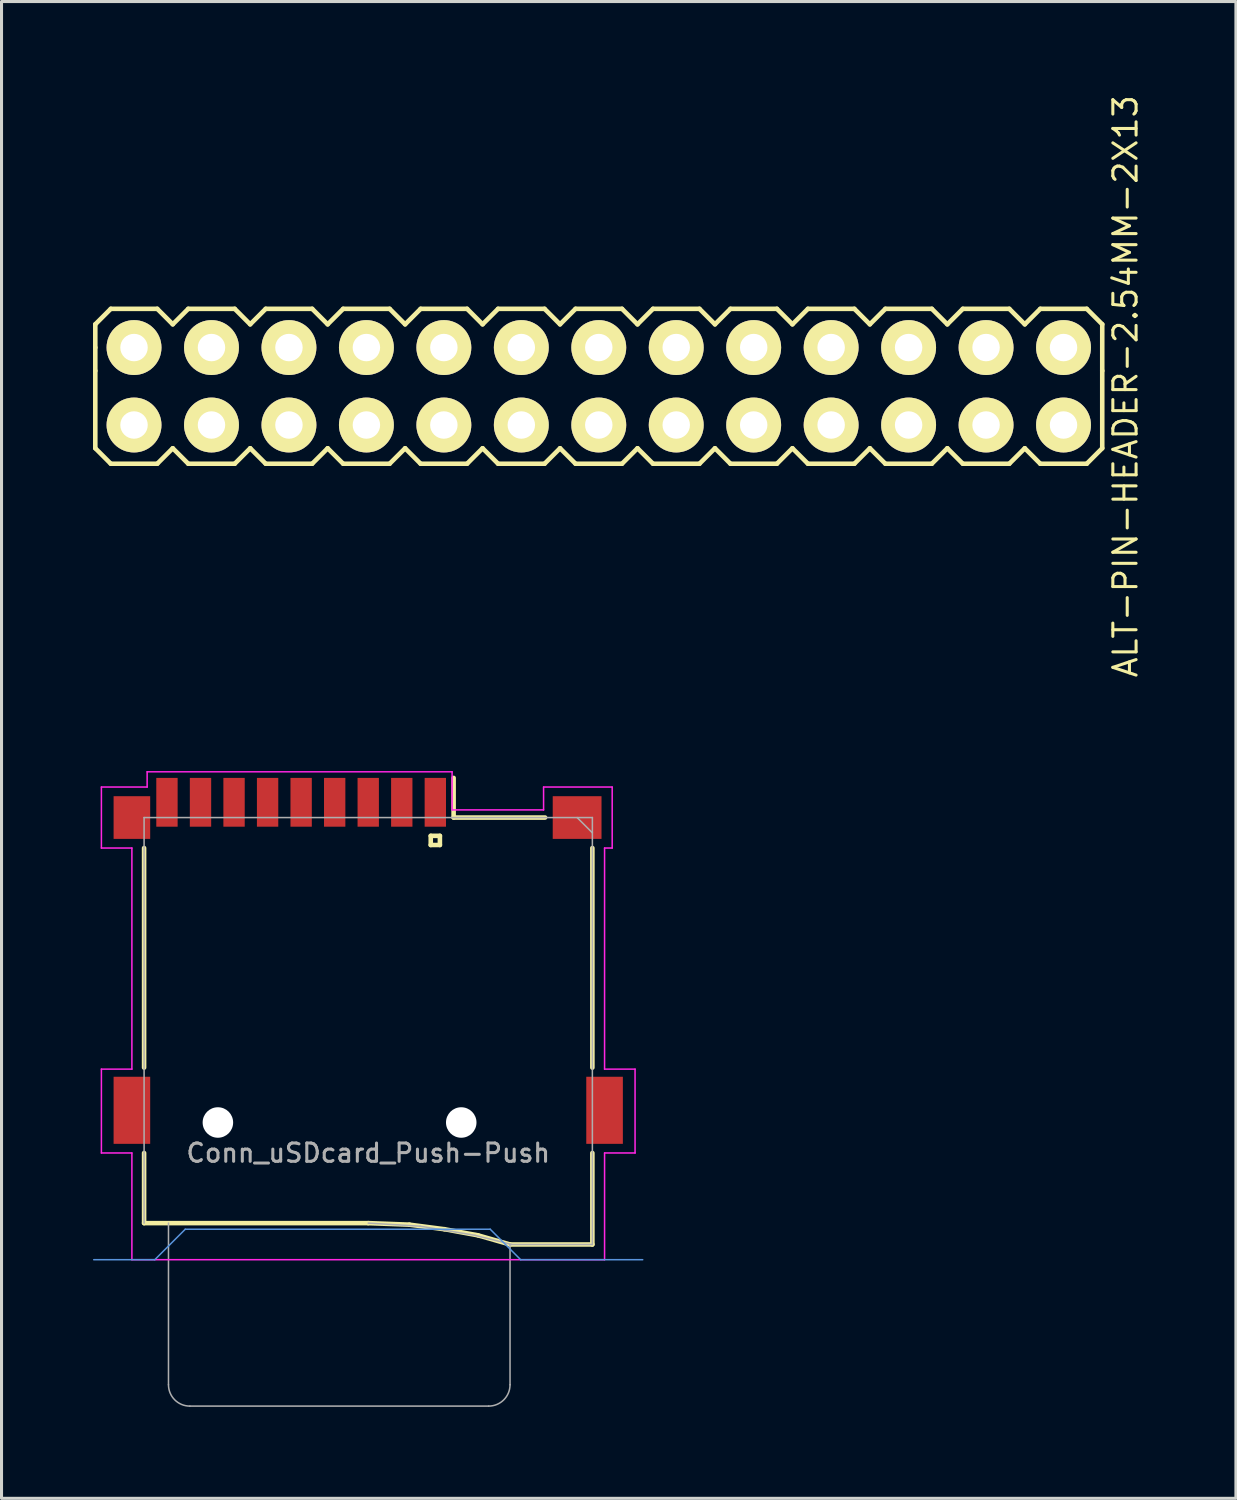
<source format=kicad_pcb>
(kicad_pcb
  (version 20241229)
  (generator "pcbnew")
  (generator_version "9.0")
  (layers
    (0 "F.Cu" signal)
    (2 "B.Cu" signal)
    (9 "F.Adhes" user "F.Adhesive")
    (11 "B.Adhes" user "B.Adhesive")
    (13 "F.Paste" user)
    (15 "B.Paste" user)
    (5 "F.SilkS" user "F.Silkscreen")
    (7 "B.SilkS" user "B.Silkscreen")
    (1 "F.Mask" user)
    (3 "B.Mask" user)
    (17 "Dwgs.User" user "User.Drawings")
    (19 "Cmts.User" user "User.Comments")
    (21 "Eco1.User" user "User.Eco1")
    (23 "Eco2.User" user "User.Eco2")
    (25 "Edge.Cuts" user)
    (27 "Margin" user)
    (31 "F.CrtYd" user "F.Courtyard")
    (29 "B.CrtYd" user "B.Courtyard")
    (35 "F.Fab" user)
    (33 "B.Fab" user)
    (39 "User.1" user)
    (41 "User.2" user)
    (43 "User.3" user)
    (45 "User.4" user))
  (footprint "ALT-PIN-HEADER-2.54MM-2X13"
    (layer "F.Cu")
    (at 16.585 9.617)
    (property "Reference" "ALT-PIN-HEADER-2.54MM-2X13" (at 17.272 0 90) (layer "F.SilkS") (effects (font (size 0.762 0.762) (thickness 0.1))))
    (attr through_hole)
    (fp_line (start -16.51 -2.032) (end -16.002 -2.54) (stroke (width 0.15) (type solid)) (layer "F.SilkS"))
    (fp_line (start -16.51 -1.27) (end -16.51 -2.032) (stroke (width 0.15) (type solid)) (layer "F.SilkS"))
    (fp_line (start -16.51 -0.508) (end -16.51 -1.27) (stroke (width 0.15) (type solid)) (layer "F.SilkS"))
    (fp_line (start -16.51 -0.508) (end -16.51 2.032) (stroke (width 0.15) (type solid)) (layer "F.SilkS"))
    (fp_line (start -16.002 -2.54) (end -14.478 -2.54) (stroke (width 0.15) (type solid)) (layer "F.SilkS"))
    (fp_line (start -16.002 2.54) (end -16.51 2.032) (stroke (width 0.15) (type solid)) (layer "F.SilkS"))
    (fp_line (start -14.478 -2.54) (end -13.97 -2.032) (stroke (width 0.15) (type solid)) (layer "F.SilkS"))
    (fp_line (start -14.478 2.54) (end -16.002 2.54) (stroke (width 0.15) (type solid)) (layer "F.SilkS"))
    (fp_line (start -13.97 -2.032) (end -13.462 -2.54) (stroke (width 0.15) (type solid)) (layer "F.SilkS"))
    (fp_line (start -13.97 2.032) (end -14.478 2.54) (stroke (width 0.15) (type solid)) (layer "F.SilkS"))
    (fp_line (start -13.462 -2.54) (end -11.938 -2.54) (stroke (width 0.15) (type solid)) (layer "F.SilkS"))
    (fp_line (start -13.462 2.54) (end -13.97 2.032) (stroke (width 0.15) (type solid)) (layer "F.SilkS"))
    (fp_line (start -11.938 -2.54) (end -11.43 -2.032) (stroke (width 0.15) (type solid)) (layer "F.SilkS"))
    (fp_line (start -11.938 2.54) (end -13.462 2.54) (stroke (width 0.15) (type solid)) (layer "F.SilkS"))
    (fp_line (start -11.43 -2.032) (end -10.922 -2.54) (stroke (width 0.15) (type solid)) (layer "F.SilkS"))
    (fp_line (start -11.43 2.032) (end -11.938 2.54) (stroke (width 0.15) (type solid)) (layer "F.SilkS"))
    (fp_line (start -10.922 -2.54) (end -9.398 -2.54) (stroke (width 0.15) (type solid)) (layer "F.SilkS"))
    (fp_line (start -10.922 2.54) (end -11.43 2.032) (stroke (width 0.15) (type solid)) (layer "F.SilkS"))
    (fp_line (start -9.398 -2.54) (end -8.89 -2.032) (stroke (width 0.15) (type solid)) (layer "F.SilkS"))
    (fp_line (start -9.398 2.54) (end -10.922 2.54) (stroke (width 0.15) (type solid)) (layer "F.SilkS"))
    (fp_line (start -8.89 -2.032) (end -8.382 -2.54) (stroke (width 0.15) (type solid)) (layer "F.SilkS"))
    (fp_line (start -8.89 2.032) (end -9.398 2.54) (stroke (width 0.15) (type solid)) (layer "F.SilkS"))
    (fp_line (start -8.382 -2.54) (end -6.858 -2.54) (stroke (width 0.15) (type solid)) (layer "F.SilkS"))
    (fp_line (start -8.382 2.54) (end -8.89 2.032) (stroke (width 0.15) (type solid)) (layer "F.SilkS"))
    (fp_line (start -6.858 -2.54) (end -6.35 -2.032) (stroke (width 0.15) (type solid)) (layer "F.SilkS"))
    (fp_line (start -6.858 2.54) (end -8.382 2.54) (stroke (width 0.15) (type solid)) (layer "F.SilkS"))
    (fp_line (start -6.35 -2.032) (end -5.842 -2.54) (stroke (width 0.15) (type solid)) (layer "F.SilkS"))
    (fp_line (start -6.35 2.032) (end -6.858 2.54) (stroke (width 0.15) (type solid)) (layer "F.SilkS"))
    (fp_line (start -5.842 -2.54) (end -4.318 -2.54) (stroke (width 0.15) (type solid)) (layer "F.SilkS"))
    (fp_line (start -5.842 2.54) (end -6.35 2.032) (stroke (width 0.15) (type solid)) (layer "F.SilkS"))
    (fp_line (start -4.318 -2.54) (end -3.81 -2.032) (stroke (width 0.15) (type solid)) (layer "F.SilkS"))
    (fp_line (start -4.318 2.54) (end -5.842 2.54) (stroke (width 0.15) (type solid)) (layer "F.SilkS"))
    (fp_line (start -3.81 -2.032) (end -3.302 -2.54) (stroke (width 0.15) (type solid)) (layer "F.SilkS"))
    (fp_line (start -3.81 2.032) (end -4.318 2.54) (stroke (width 0.15) (type solid)) (layer "F.SilkS"))
    (fp_line (start -3.302 -2.54) (end -1.778 -2.54) (stroke (width 0.15) (type solid)) (layer "F.SilkS"))
    (fp_line (start -3.302 2.54) (end -3.81 2.032) (stroke (width 0.15) (type solid)) (layer "F.SilkS"))
    (fp_line (start -1.778 -2.54) (end -1.27 -2.032) (stroke (width 0.15) (type solid)) (layer "F.SilkS"))
    (fp_line (start -1.778 2.54) (end -3.302 2.54) (stroke (width 0.15) (type solid)) (layer "F.SilkS"))
    (fp_line (start -1.27 -2.032) (end -0.762 -2.54) (stroke (width 0.15) (type solid)) (layer "F.SilkS"))
    (fp_line (start -1.27 2.032) (end -1.778 2.54) (stroke (width 0.15) (type solid)) (layer "F.SilkS"))
    (fp_line (start -0.762 -2.54) (end 0.762 -2.54) (stroke (width 0.15) (type solid)) (layer "F.SilkS"))
    (fp_line (start -0.762 2.54) (end -1.27 2.032) (stroke (width 0.15) (type solid)) (layer "F.SilkS"))
    (fp_line (start 0.762 -2.54) (end 1.27 -2.032) (stroke (width 0.15) (type solid)) (layer "F.SilkS"))
    (fp_line (start 0.762 2.54) (end -0.762 2.54) (stroke (width 0.15) (type solid)) (layer "F.SilkS"))
    (fp_line (start 1.27 -2.032) (end 1.778 -2.54) (stroke (width 0.15) (type solid)) (layer "F.SilkS"))
    (fp_line (start 1.27 2.032) (end 0.762 2.54) (stroke (width 0.15) (type solid)) (layer "F.SilkS"))
    (fp_line (start 1.778 -2.54) (end 3.302 -2.54) (stroke (width 0.15) (type solid)) (layer "F.SilkS"))
    (fp_line (start 1.778 2.54) (end 1.27 2.032) (stroke (width 0.15) (type solid)) (layer "F.SilkS"))
    (fp_line (start 3.302 -2.54) (end 3.81 -2.032) (stroke (width 0.15) (type solid)) (layer "F.SilkS"))
    (fp_line (start 3.302 2.54) (end 1.778 2.54) (stroke (width 0.15) (type solid)) (layer "F.SilkS"))
    (fp_line (start 3.81 -2.032) (end 4.318 -2.54) (stroke (width 0.15) (type solid)) (layer "F.SilkS"))
    (fp_line (start 3.81 2.032) (end 3.302 2.54) (stroke (width 0.15) (type solid)) (layer "F.SilkS"))
    (fp_line (start 4.318 -2.54) (end 5.842 -2.54) (stroke (width 0.15) (type solid)) (layer "F.SilkS"))
    (fp_line (start 4.318 2.54) (end 3.81 2.032) (stroke (width 0.15) (type solid)) (layer "F.SilkS"))
    (fp_line (start 5.842 -2.54) (end 6.35 -2.032) (stroke (width 0.15) (type solid)) (layer "F.SilkS"))
    (fp_line (start 5.842 2.54) (end 4.318 2.54) (stroke (width 0.15) (type solid)) (layer "F.SilkS"))
    (fp_line (start 6.35 -2.032) (end 6.858 -2.54) (stroke (width 0.15) (type solid)) (layer "F.SilkS"))
    (fp_line (start 6.35 2.032) (end 5.842 2.54) (stroke (width 0.15) (type solid)) (layer "F.SilkS"))
    (fp_line (start 6.858 -2.54) (end 8.382 -2.54) (stroke (width 0.15) (type solid)) (layer "F.SilkS"))
    (fp_line (start 6.858 2.54) (end 6.35 2.032) (stroke (width 0.15) (type solid)) (layer "F.SilkS"))
    (fp_line (start 8.382 -2.54) (end 8.89 -2.032) (stroke (width 0.15) (type solid)) (layer "F.SilkS"))
    (fp_line (start 8.382 2.54) (end 6.858 2.54) (stroke (width 0.15) (type solid)) (layer "F.SilkS"))
    (fp_line (start 8.89 -2.032) (end 9.398 -2.54) (stroke (width 0.15) (type solid)) (layer "F.SilkS"))
    (fp_line (start 8.89 2.032) (end 8.382 2.54) (stroke (width 0.15) (type solid)) (layer "F.SilkS"))
    (fp_line (start 9.398 -2.54) (end 10.922 -2.54) (stroke (width 0.15) (type solid)) (layer "F.SilkS"))
    (fp_line (start 9.398 2.54) (end 8.89 2.032) (stroke (width 0.15) (type solid)) (layer "F.SilkS"))
    (fp_line (start 10.922 -2.54) (end 11.43 -2.032) (stroke (width 0.15) (type solid)) (layer "F.SilkS"))
    (fp_line (start 10.922 2.54) (end 9.398 2.54) (stroke (width 0.15) (type solid)) (layer "F.SilkS"))
    (fp_line (start 11.43 -2.032) (end 11.938 -2.54) (stroke (width 0.15) (type solid)) (layer "F.SilkS"))
    (fp_line (start 11.43 2.032) (end 10.922 2.54) (stroke (width 0.15) (type solid)) (layer "F.SilkS"))
    (fp_line (start 11.938 -2.54) (end 13.462 -2.54) (stroke (width 0.15) (type solid)) (layer "F.SilkS"))
    (fp_line (start 11.938 2.54) (end 11.43 2.032) (stroke (width 0.15) (type solid)) (layer "F.SilkS"))
    (fp_line (start 13.462 -2.54) (end 13.97 -2.032) (stroke (width 0.15) (type solid)) (layer "F.SilkS"))
    (fp_line (start 13.462 2.54) (end 11.938 2.54) (stroke (width 0.15) (type solid)) (layer "F.SilkS"))
    (fp_line (start 13.97 -2.032) (end 14.478 -2.54) (stroke (width 0.15) (type solid)) (layer "F.SilkS"))
    (fp_line (start 13.97 2.032) (end 13.462 2.54) (stroke (width 0.15) (type solid)) (layer "F.SilkS"))
    (fp_line (start 14.478 -2.54) (end 16.002 -2.54) (stroke (width 0.15) (type solid)) (layer "F.SilkS"))
    (fp_line (start 14.478 2.54) (end 13.97 2.032) (stroke (width 0.15) (type solid)) (layer "F.SilkS"))
    (fp_line (start 16.002 -2.54) (end 16.51 -2.032) (stroke (width 0.15) (type solid)) (layer "F.SilkS"))
    (fp_line (start 16.002 2.54) (end 14.478 2.54) (stroke (width 0.15) (type solid)) (layer "F.SilkS"))
    (fp_line (start 16.51 -2.032) (end 16.51 -0.508) (stroke (width 0.15) (type solid)) (layer "F.SilkS"))
    (fp_line (start 16.51 -0.508) (end 16.51 2.032) (stroke (width 0.15) (type solid)) (layer "F.SilkS"))
    (fp_line (start 16.51 2.032) (end 16.002 2.54) (stroke (width 0.15) (type solid)) (layer "F.SilkS"))
    (pad "1" thru_hole circle (at -15.24 1.27) (size 1.8 1.8) (drill 0.9) (layers "*.Cu" "*.Mask" "F.SilkS"))
    (pad "2" thru_hole circle (at -15.24 -1.27) (size 1.8 1.8) (drill 0.9) (layers "*.Cu" "*.Mask" "F.SilkS"))
    (pad "3" thru_hole circle (at -12.7 1.27) (size 1.8 1.8) (drill 0.9) (layers "*.Cu" "*.Mask" "F.SilkS"))
    (pad "4" thru_hole circle (at -12.7 -1.27) (size 1.8 1.8) (drill 0.9) (layers "*.Cu" "*.Mask" "F.SilkS"))
    (pad "5" thru_hole circle (at -10.16 1.27) (size 1.8 1.8) (drill 0.9) (layers "*.Cu" "*.Mask" "F.SilkS"))
    (pad "6" thru_hole circle (at -10.16 -1.27) (size 1.8 1.8) (drill 0.9) (layers "*.Cu" "*.Mask" "F.SilkS"))
    (pad "7" thru_hole circle (at -7.62 1.27) (size 1.8 1.8) (drill 0.9) (layers "*.Cu" "*.Mask" "F.SilkS"))
    (pad "8" thru_hole circle (at -7.62 -1.27) (size 1.8 1.8) (drill 0.9) (layers "*.Cu" "*.Mask" "F.SilkS"))
    (pad "9" thru_hole circle (at -5.08 1.27) (size 1.8 1.8) (drill 0.9) (layers "*.Cu" "*.Mask" "F.SilkS"))
    (pad "10" thru_hole circle (at -5.08 -1.27) (size 1.8 1.8) (drill 0.9) (layers "*.Cu" "*.Mask" "F.SilkS"))
    (pad "11" thru_hole circle (at -2.54 1.27) (size 1.8 1.8) (drill 0.9) (layers "*.Cu" "*.Mask" "F.SilkS"))
    (pad "12" thru_hole circle (at -2.54 -1.27) (size 1.8 1.8) (drill 0.9) (layers "*.Cu" "*.Mask" "F.SilkS"))
    (pad "13" thru_hole circle (at 0 1.27) (size 1.8 1.8) (drill 0.9) (layers "*.Cu" "*.Mask" "F.SilkS"))
    (pad "14" thru_hole circle (at 0 -1.27) (size 1.8 1.8) (drill 0.9) (layers "*.Cu" "*.Mask" "F.SilkS"))
    (pad "15" thru_hole circle (at 2.54 1.27) (size 1.8 1.8) (drill 0.9) (layers "*.Cu" "*.Mask" "F.SilkS"))
    (pad "16" thru_hole circle (at 2.54 -1.27) (size 1.8 1.8) (drill 0.9) (layers "*.Cu" "*.Mask" "F.SilkS"))
    (pad "17" thru_hole circle (at 5.08 1.27) (size 1.8 1.8) (drill 0.9) (layers "*.Cu" "*.Mask" "F.SilkS"))
    (pad "18" thru_hole circle (at 5.08 -1.27) (size 1.8 1.8) (drill 0.9) (layers "*.Cu" "*.Mask" "F.SilkS"))
    (pad "19" thru_hole circle (at 7.62 1.27) (size 1.8 1.8) (drill 0.9) (layers "*.Cu" "*.Mask" "F.SilkS"))
    (pad "20" thru_hole circle (at 7.62 -1.27) (size 1.8 1.8) (drill 0.9) (layers "*.Cu" "*.Mask" "F.SilkS"))
    (pad "21" thru_hole circle (at 10.16 1.27) (size 1.8 1.8) (drill 0.9) (layers "*.Cu" "*.Mask" "F.SilkS"))
    (pad "22" thru_hole circle (at 10.16 -1.27) (size 1.8 1.8) (drill 0.9) (layers "*.Cu" "*.Mask" "F.SilkS"))
    (pad "23" thru_hole circle (at 12.7 1.27) (size 1.8 1.8) (drill 0.9) (layers "*.Cu" "*.Mask" "F.SilkS"))
    (pad "24" thru_hole circle (at 12.7 -1.27) (size 1.8 1.8) (drill 0.9) (layers "*.Cu" "*.Mask" "F.SilkS"))
    (pad "25" thru_hole circle (at 15.24 1.27) (size 1.8 1.8) (drill 0.9) (layers "*.Cu" "*.Mask" "F.SilkS"))
    (pad "26" thru_hole circle (at 15.24 -1.27) (size 1.8 1.8) (drill 0.9) (layers "*.Cu" "*.Mask" "F.SilkS")))
  (footprint "Conn_uSDcard_Push-Push"
    (layer "F.Cu")
    (at 9.025 33.759)
    (property "Reference" "Conn_uSDcard_Push-Push" (at 0 1 180) (layer "F.Fab") (effects (font (size 0.6 0.6) (thickness 0.1))))
    (attr smd)
    (fp_line (start -7.35 -1.8) (end -7.35 -9) (stroke (width 0.15) (type solid)) (layer "F.SilkS"))
    (fp_line (start -7.35 1) (end -7.35 3.3) (stroke (width 0.15) (type solid)) (layer "F.SilkS"))
    (fp_line (start -7.35 3.3) (end 0 3.3) (stroke (width 0.15) (type solid)) (layer "F.SilkS"))
    (fp_line (start 0 3.3) (end 1.35 3.35) (stroke (width 0.15) (type solid)) (layer "F.SilkS"))
    (fp_line (start 1.35 3.35) (end 2.5 3.5) (stroke (width 0.15) (type solid)) (layer "F.SilkS"))
    (fp_line (start 2.05 -9.4) (end 2.05 -9.1) (stroke (width 0.15) (type solid)) (layer "F.SilkS"))
    (fp_line (start 2.05 -9.1) (end 2.35 -9.1) (stroke (width 0.15) (type solid)) (layer "F.SilkS"))
    (fp_line (start 2.35 -9.4) (end 2.05 -9.4) (stroke (width 0.15) (type solid)) (layer "F.SilkS"))
    (fp_line (start 2.35 -9.1) (end 2.35 -9.4) (stroke (width 0.15) (type solid)) (layer "F.SilkS"))
    (fp_line (start 2.5 3.5) (end 3.6 3.7) (stroke (width 0.15) (type solid)) (layer "F.SilkS"))
    (fp_line (start 2.8 -10) (end 2.8 -11.3) (stroke (width 0.15) (type solid)) (layer "F.SilkS"))
    (fp_line (start 2.8 -10) (end 5.8 -10) (stroke (width 0.15) (type solid)) (layer "F.SilkS"))
    (fp_line (start 3.6 3.7) (end 4.65 4) (stroke (width 0.15) (type solid)) (layer "F.SilkS"))
    (fp_line (start 4.65 4) (end 7.35 4) (stroke (width 0.15) (type solid)) (layer "F.SilkS"))
    (fp_line (start 7.35 -9) (end 7.35 -1.8) (stroke (width 0.15) (type solid)) (layer "F.SilkS"))
    (fp_line (start 7.35 4) (end 7.35 1) (stroke (width 0.15) (type solid)) (layer "F.SilkS"))
    (fp_line (start -9 4.5) (end -7 4.5) (stroke (width 0.05) (type solid)) (layer "Cmts.User"))
    (fp_line (start -7 4.5) (end -6 3.5) (stroke (width 0.05) (type solid)) (layer "Cmts.User"))
    (fp_line (start -6 3.5) (end 4 3.5) (stroke (width 0.05) (type solid)) (layer "Cmts.User"))
    (fp_line (start 4 3.5) (end 5 4.5) (stroke (width 0.05) (type solid)) (layer "Cmts.User"))
    (fp_line (start 5 4.5) (end 9 4.5) (stroke (width 0.05) (type solid)) (layer "Cmts.User"))
    (fp_line (start -8.75 -11) (end -7.25 -11) (stroke (width 0.05) (type solid)) (layer "F.CrtYd"))
    (fp_line (start -8.75 -9) (end -8.75 -11) (stroke (width 0.05) (type solid)) (layer "F.CrtYd"))
    (fp_line (start -8.75 -1.75) (end -7.75 -1.75) (stroke (width 0.05) (type solid)) (layer "F.CrtYd"))
    (fp_line (start -8.75 1) (end -8.75 -1.75) (stroke (width 0.05) (type solid)) (layer "F.CrtYd"))
    (fp_line (start -7.75 -9) (end -8.75 -9) (stroke (width 0.05) (type solid)) (layer "F.CrtYd"))
    (fp_line (start -7.75 -1.75) (end -7.75 -9) (stroke (width 0.05) (type solid)) (layer "F.CrtYd"))
    (fp_line (start -7.75 1) (end -8.75 1) (stroke (width 0.05) (type solid)) (layer "F.CrtYd"))
    (fp_line (start -7.75 4.5) (end -7.75 1) (stroke (width 0.05) (type solid)) (layer "F.CrtYd"))
    (fp_line (start -7.75 4.5) (end 7.75 4.5) (stroke (width 0.05) (type solid)) (layer "F.CrtYd"))
    (fp_line (start -7.25 -11.5) (end 2.75 -11.5) (stroke (width 0.05) (type solid)) (layer "F.CrtYd"))
    (fp_line (start -7.25 -11) (end -7.25 -11.5) (stroke (width 0.05) (type solid)) (layer "F.CrtYd"))
    (fp_line (start 2.75 -11.5) (end 2.75 -10.25) (stroke (width 0.05) (type solid)) (layer "F.CrtYd"))
    (fp_line (start 2.75 -10.25) (end 5.75 -10.25) (stroke (width 0.05) (type solid)) (layer "F.CrtYd"))
    (fp_line (start 5.75 -11) (end 8 -11) (stroke (width 0.05) (type solid)) (layer "F.CrtYd"))
    (fp_line (start 5.75 -10.25) (end 5.75 -11) (stroke (width 0.05) (type solid)) (layer "F.CrtYd"))
    (fp_line (start 7.75 -9) (end 7.75 -1.75) (stroke (width 0.05) (type solid)) (layer "F.CrtYd"))
    (fp_line (start 7.75 -1.75) (end 8.75 -1.75) (stroke (width 0.05) (type solid)) (layer "F.CrtYd"))
    (fp_line (start 7.75 1) (end 7.75 4.5) (stroke (width 0.05) (type solid)) (layer "F.CrtYd"))
    (fp_line (start 8 -11) (end 8 -9) (stroke (width 0.05) (type solid)) (layer "F.CrtYd"))
    (fp_line (start 8 -9) (end 7.75 -9) (stroke (width 0.05) (type solid)) (layer "F.CrtYd"))
    (fp_line (start 8.75 -1.75) (end 8.75 1) (stroke (width 0.05) (type solid)) (layer "F.CrtYd"))
    (fp_line (start 8.75 1) (end 7.75 1) (stroke (width 0.05) (type solid)) (layer "F.CrtYd"))
    (fp_line (start -7.35 -10) (end -7.35 3.3) (stroke (width 0.05) (type solid)) (layer "F.Fab"))
    (fp_line (start -7.35 -10) (end 7.35 -10) (stroke (width 0.05) (type solid)) (layer "F.Fab"))
    (fp_line (start -6.55 8.6) (end -6.55 3.3) (stroke (width 0.05) (type solid)) (layer "F.Fab"))
    (fp_line (start -5.85 9.3) (end 3.95 9.3) (stroke (width 0.05) (type solid)) (layer "F.Fab"))
    (fp_line (start 0 3.3) (end 1.7 3.4) (stroke (width 0.05) (type solid)) (layer "F.Fab"))
    (fp_line (start 1.7 3.4) (end 3.5 3.7) (stroke (width 0.05) (type solid)) (layer "F.Fab"))
    (fp_line (start 3.5 3.7) (end 4.7 4) (stroke (width 0.05) (type solid)) (layer "F.Fab"))
    (fp_line (start 4.65 4) (end 7.35 4) (stroke (width 0.05) (type solid)) (layer "F.Fab"))
    (fp_line (start 4.65 8.6) (end 4.65 4) (stroke (width 0.05) (type solid)) (layer "F.Fab"))
    (fp_line (start 7.35 -10) (end 7.35 4) (stroke (width 0.05) (type solid)) (layer "F.Fab"))
    (fp_line (start 7.35 -9.5) (end 6.85 -10) (stroke (width 0.05) (type solid)) (layer "F.Fab"))
    (fp_arc (start -5.85 9.3) (mid -6.344975 9.094975) (end -6.55 8.6) (stroke (width 0.05) (type solid)) (layer "F.Fab"))
    (fp_arc (start 4.65 8.6) (mid 4.444975 9.094975) (end 3.95 9.3) (stroke (width 0.05) (type solid)) (layer "F.Fab"))
    (fp_text user "${REFERENCE}" (at 2.1 -9.35 180) (layer "Eco1.User") (effects (font (size 0.3 0.3) (thickness 0.03))))
    (pad "" np_thru_hole circle (at -4.93 0) (size 1 1) (drill 1) (layers "*.Cu"))
    (pad "" np_thru_hole circle (at 3.05 0) (size 1 1) (drill 1) (layers "*.Cu"))
    (pad "1" smd rect (at 2.2 -10.5) (size 0.7 1.6) (layers "F.Cu" "F.Mask" "F.Paste"))
    (pad "2" smd rect (at 1.1 -10.5) (size 0.7 1.6) (layers "F.Cu" "F.Mask" "F.Paste"))
    (pad "3" smd rect (at 0 -10.5) (size 0.7 1.6) (layers "F.Cu" "F.Mask" "F.Paste"))
    (pad "4" smd rect (at -1.1 -10.5) (size 0.7 1.6) (layers "F.Cu" "F.Mask" "F.Paste"))
    (pad "5" smd rect (at -2.2 -10.5) (size 0.7 1.6) (layers "F.Cu" "F.Mask" "F.Paste"))
    (pad "6" smd rect (at -7.75 -10) (size 1.2 1.4) (layers "F.Cu" "F.Mask" "F.Paste"))
    (pad "6" smd rect (at -7.75 -0.4) (size 1.2 2.2) (layers "F.Cu" "F.Mask" "F.Paste"))
    (pad "6" smd rect (at -3.3 -10.5) (size 0.7 1.6) (layers "F.Cu" "F.Mask" "F.Paste"))
    (pad "6" smd rect (at 6.85 -10) (size 1.6 1.4) (layers "F.Cu" "F.Mask" "F.Paste"))
    (pad "6" smd rect (at 7.75 -0.4) (size 1.2 2.2) (layers "F.Cu" "F.Mask" "F.Paste"))
    (pad "7" smd rect (at -4.4 -10.5) (size 0.7 1.6) (layers "F.Cu" "F.Mask" "F.Paste"))
    (pad "8" smd rect (at -5.5 -10.5) (size 0.7 1.6) (layers "F.Cu" "F.Mask" "F.Paste"))
    (pad "9" smd rect (at -6.6 -10.5) (size 0.7 1.6) (layers "F.Cu" "F.Mask" "F.Paste")))
  (gr_rect
    (start -3 -3)
    (end 37.478 46.084)
    (stroke (width 0.1) (type default))
    (fill no)
    (layer "Edge.Cuts")))
</source>
